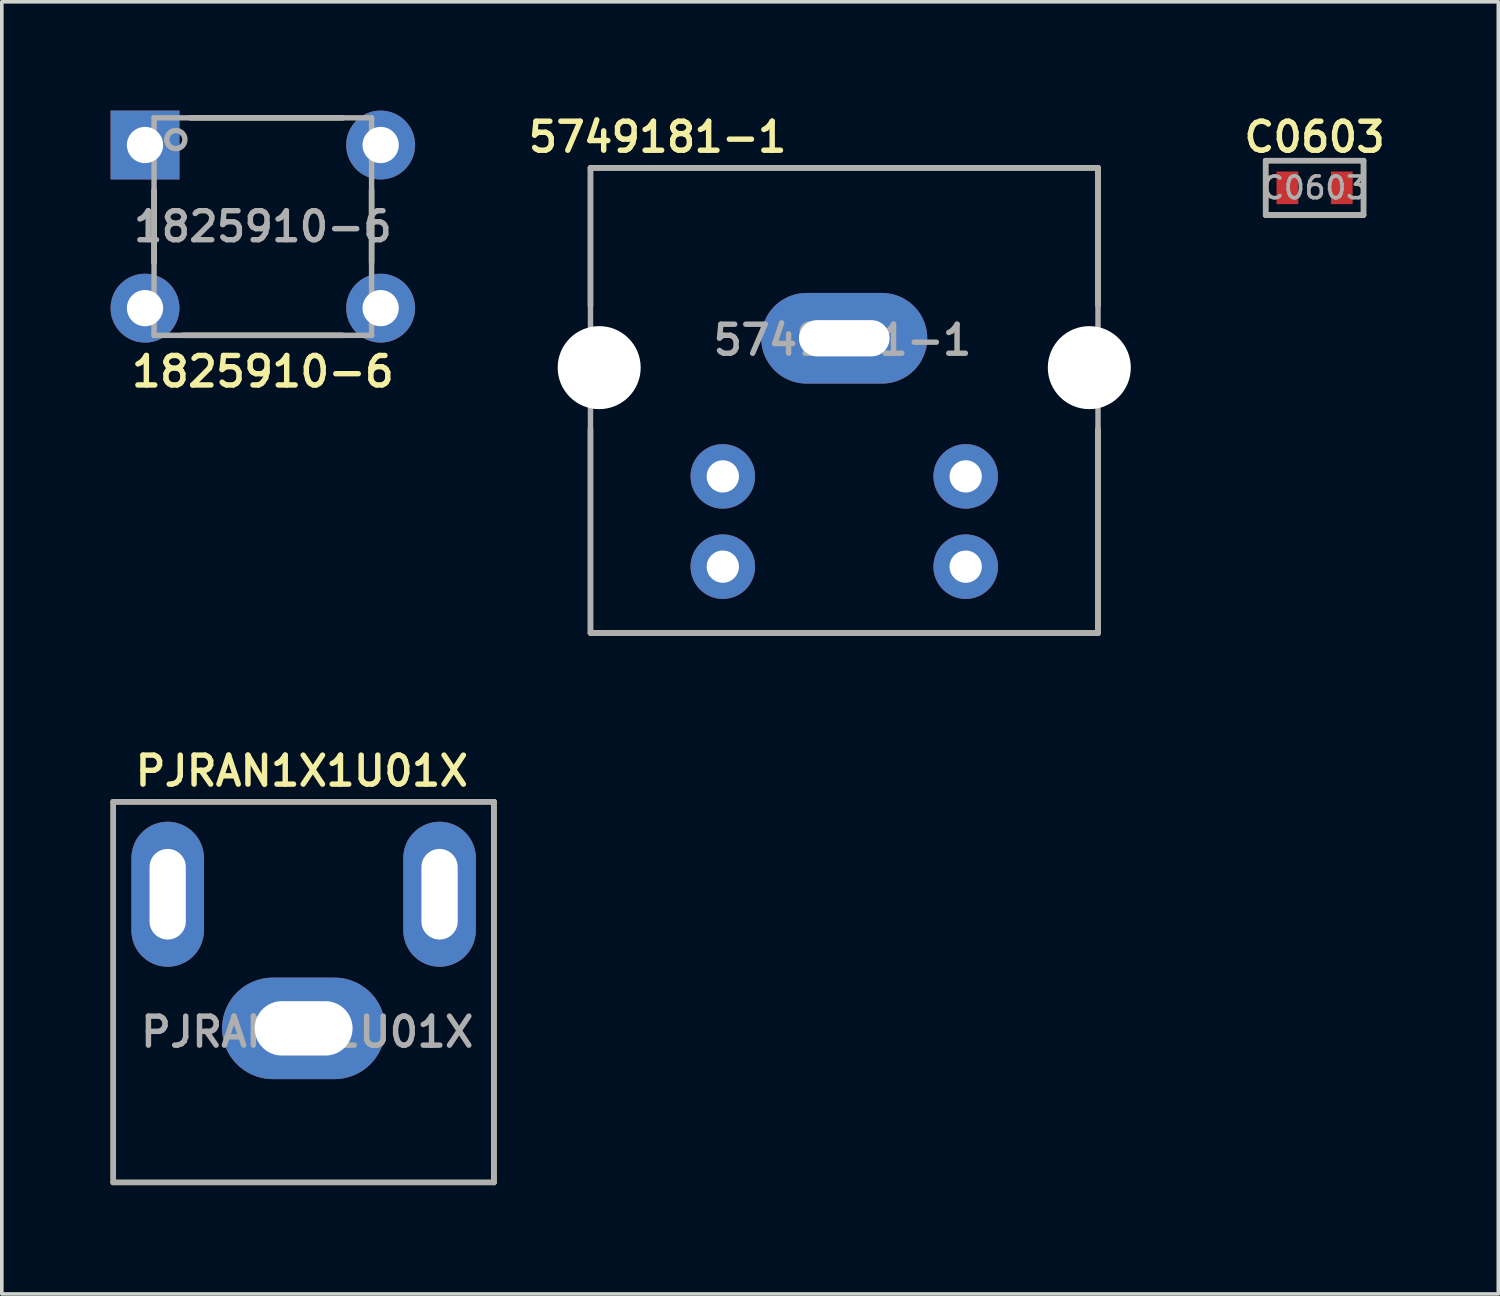
<source format=kicad_pcb>
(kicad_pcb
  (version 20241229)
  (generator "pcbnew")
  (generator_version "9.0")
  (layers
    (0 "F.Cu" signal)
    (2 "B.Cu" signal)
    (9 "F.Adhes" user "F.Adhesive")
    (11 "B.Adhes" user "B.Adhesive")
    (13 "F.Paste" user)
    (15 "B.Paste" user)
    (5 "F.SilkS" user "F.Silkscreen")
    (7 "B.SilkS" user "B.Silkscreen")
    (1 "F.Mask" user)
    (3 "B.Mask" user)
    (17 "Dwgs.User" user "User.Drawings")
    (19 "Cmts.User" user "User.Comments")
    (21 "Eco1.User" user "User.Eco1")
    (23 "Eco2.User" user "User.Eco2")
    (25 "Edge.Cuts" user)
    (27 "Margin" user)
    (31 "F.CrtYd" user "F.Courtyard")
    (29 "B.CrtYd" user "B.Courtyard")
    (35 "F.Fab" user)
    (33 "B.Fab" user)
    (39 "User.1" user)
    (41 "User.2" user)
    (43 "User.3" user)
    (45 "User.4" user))
  (footprint "1825910-6"
    (layer "F.Cu")
    (at 4.2 3.2)
    (property "Reference" "1825910-6" (at 0 4 0) (layer "F.SilkS") (effects (font (size 0.813 0.813) (thickness 0.15))))
    (attr through_hole)
    (fp_line (start -3 -1) (end -3 1) (stroke (width 0.15) (type solid)) (layer "F.SilkS"))
    (fp_line (start -2.2 3) (end 2.2 3) (stroke (width 0.15) (type solid)) (layer "F.SilkS"))
    (fp_line (start -2 -3) (end 2.2 -3) (stroke (width 0.15) (type solid)) (layer "F.SilkS"))
    (fp_line (start 3 1) (end 3 -1) (stroke (width 0.15) (type solid)) (layer "F.SilkS"))
    (fp_line (start -3 -3) (end 3 -3) (stroke (width 0.15) (type solid)) (layer "F.Fab"))
    (fp_line (start -3 3) (end -3 -3) (stroke (width 0.15) (type solid)) (layer "F.Fab"))
    (fp_line (start 3 -3) (end 3 3) (stroke (width 0.15) (type solid)) (layer "F.Fab"))
    (fp_line (start 3 3) (end -3 3) (stroke (width 0.15) (type solid)) (layer "F.Fab"))
    (fp_circle (center -2.4 -2.4) (end -2.15 -2.4) (stroke (width 0.15) (type solid)) (fill no) (layer "F.Fab"))
    (fp_text user "${REFERENCE}" (at 0 0 0) (layer "F.Fab") (effects (font (size 0.8 0.8) (thickness 0.15))))
    (pad "1" thru_hole rect (at -3.25 -2.25) (size 1.9 1.9) (drill 1) (layers "*.Cu" "*.Mask"))
    (pad "2" thru_hole circle (at 3.25 -2.25) (size 1.9 1.9) (drill 1) (layers "*.Cu" "*.Mask"))
    (pad "3" thru_hole circle (at -3.25 2.25) (size 1.9 1.9) (drill 1) (layers "*.Cu" "*.Mask"))
    (pad "4" thru_hole circle (at 3.25 2.25) (size 1.9 1.9) (drill 1) (layers "*.Cu" "*.Mask")))
  (footprint "PJRAN1X1U01X"
    (layer "F.Cu")
    (at 5.325 25.317)
    (property "Reference" "PJRAN1X1U01X" (at -0.05 -7.1 0) (unlocked yes) (layer "F.SilkS") (effects (font (size 0.8 0.8) (thickness 0.15) (bold yes))))
    (attr through_hole)
    (fp_line (start -5.25 -6.25) (end 5.25 -6.25) (stroke (width 0.15) (type default)) (layer "F.SilkS"))
    (fp_line (start -5.25 4.25) (end -5.25 -6.25) (stroke (width 0.15) (type default)) (layer "F.SilkS"))
    (fp_line (start -5.25 4.25) (end 5.25 4.25) (stroke (width 0.15) (type default)) (layer "F.SilkS"))
    (fp_line (start 5.25 4.25) (end 5.25 -6.25) (stroke (width 0.15) (type default)) (layer "F.SilkS"))
    (fp_line (start -5.25 -6.25) (end 5.25 -6.25) (stroke (width 0.15) (type default)) (layer "F.Fab"))
    (fp_line (start -5.25 4.25) (end -5.25 -6.25) (stroke (width 0.15) (type default)) (layer "F.Fab"))
    (fp_line (start -5.25 4.25) (end 5.25 4.25) (stroke (width 0.15) (type default)) (layer "F.Fab"))
    (fp_line (start 5.25 4.25) (end 5.25 -6.25) (stroke (width 0.15) (type default)) (layer "F.Fab"))
    (fp_text user "${REFERENCE}" (at 0.1 0.1 0) (unlocked yes) (layer "F.Fab") (effects (font (size 0.8 0.8) (thickness 0.15))))
    (pad "1" thru_hole oval (at 0 0) (size 4.5 2.8) (drill oval 2.7 1.5) (layers "*.Cu" "*.Mask"))
    (pad "2" thru_hole oval (at -3.75 -3.7) (size 2 4) (drill oval 1 2.5) (layers "*.Cu" "*.Mask"))
    (pad "3" thru_hole oval (at 3.75 -3.7) (size 2 4) (drill oval 1 2.5) (layers "*.Cu" "*.Mask")))
  (footprint "C0603"
    (layer "F.Cu")
    (at 33.212 2.131)
    (property "Reference" "C0603" (at 0 -1.4 0) (layer "F.SilkS") (effects (font (size 0.8 0.8) (thickness 0.15) (bold yes))))
    (attr through_hole)
    (fp_line (start -1.35 -0.75) (end -1.35 0.75) (stroke (width 0.15) (type solid)) (layer "F.SilkS"))
    (fp_line (start -1.35 -0.75) (end 1.35 -0.75) (stroke (width 0.15) (type solid)) (layer "F.SilkS"))
    (fp_line (start -1.35 0.75) (end 1.35 0.75) (stroke (width 0.15) (type solid)) (layer "F.SilkS"))
    (fp_line (start 1.35 -0.75) (end 1.35 0.75) (stroke (width 0.15) (type solid)) (layer "F.SilkS"))
    (fp_line (start -1.35 -0.75) (end 1.35 -0.75) (stroke (width 0.15) (type solid)) (layer "F.Fab"))
    (fp_line (start -1.35 0.75) (end -1.35 -0.75) (stroke (width 0.15) (type solid)) (layer "F.Fab"))
    (fp_line (start 1.35 -0.75) (end 1.35 0.75) (stroke (width 0.15) (type solid)) (layer "F.Fab"))
    (fp_line (start 1.35 0.75) (end -1.35 0.75) (stroke (width 0.15) (type solid)) (layer "F.Fab"))
    (fp_text user "${REFERENCE}" (at 0 0 0) (layer "F.Fab") (effects (font (size 0.6 0.6) (thickness 0.1))))
    (pad "1" smd rect (at -0.75 0) (size 0.6 0.9) (layers "F.Cu" "F.Mask" "F.Paste"))
    (pad "2" smd rect (at 0.75 0) (size 0.6 0.9) (layers "F.Cu" "F.Mask" "F.Paste")))
  (footprint "5749181-1"
    (layer "F.Cu")
    (at 20.238 6.281)
    (property "Reference" "5749181-1" (at -5.15 -5.55 0) (unlocked yes) (layer "F.SilkS") (effects (font (size 0.8 0.8) (thickness 0.15) (bold yes))))
    (attr through_hole)
    (fp_line (start -7 -4.7) (end -7 -0.9) (stroke (width 0.15) (type default)) (layer "F.SilkS"))
    (fp_line (start -7 -4.7) (end 7 -4.7) (stroke (width 0.15) (type default)) (layer "F.SilkS"))
    (fp_line (start -7 2.5) (end -7 8.13) (stroke (width 0.15) (type default)) (layer "F.SilkS"))
    (fp_line (start -7 8.13) (end 7 8.13) (stroke (width 0.15) (type default)) (layer "F.SilkS"))
    (fp_line (start 7 -4.7) (end 7 -0.9) (stroke (width 0.15) (type default)) (layer "F.SilkS"))
    (fp_line (start 7 2.5) (end 7 8.13) (stroke (width 0.15) (type default)) (layer "F.SilkS"))
    (fp_line (start -7 -4.7) (end -7 8.13) (stroke (width 0.15) (type default)) (layer "F.Fab"))
    (fp_line (start -7 -4.7) (end 7 -4.7) (stroke (width 0.15) (type default)) (layer "F.Fab"))
    (fp_line (start -7 8.13) (end 7 8.13) (stroke (width 0.15) (type default)) (layer "F.Fab"))
    (fp_line (start 7 -4.7) (end 7 8.13) (stroke (width 0.15) (type default)) (layer "F.Fab"))
    (fp_text user "${REFERENCE}" (at -0.05 0.05 0) (unlocked yes) (layer "F.Fab") (effects (font (size 0.8 0.8) (thickness 0.15))))
    (pad "" np_thru_hole circle (at -6.76 0.81) (size 2.29 2.29) (drill 2.29) (layers "*.Cu" "*.Mask"))
    (pad "" np_thru_hole circle (at 6.76 0.81) (size 2.29 2.29) (drill 2.29) (layers "*.Cu" "*.Mask"))
    (pad "1" thru_hole circle (at 3.35 3.81) (size 1.78 1.78) (drill 0.89) (layers "*.Cu" "*.Mask"))
    (pad "2" thru_hole circle (at -3.35 3.81) (size 1.78 1.78) (drill 0.89) (layers "*.Cu" "*.Mask"))
    (pad "3" thru_hole circle (at 3.35 6.3) (size 1.78 1.78) (drill 0.89) (layers "*.Cu" "*.Mask"))
    (pad "4" thru_hole circle (at -3.35 6.3) (size 1.78 1.78) (drill 0.89) (layers "*.Cu" "*.Mask"))
    (pad "~" thru_hole oval (at 0 0) (size 4.58 2.5) (drill oval 2.5 1) (layers "*.Cu" "*.Mask")))
  (gr_rect
    (start -3 -3)
    (end 38.28 32.642)
    (stroke (width 0.1) (type default))
    (fill no)
    (layer "Edge.Cuts")))
</source>
